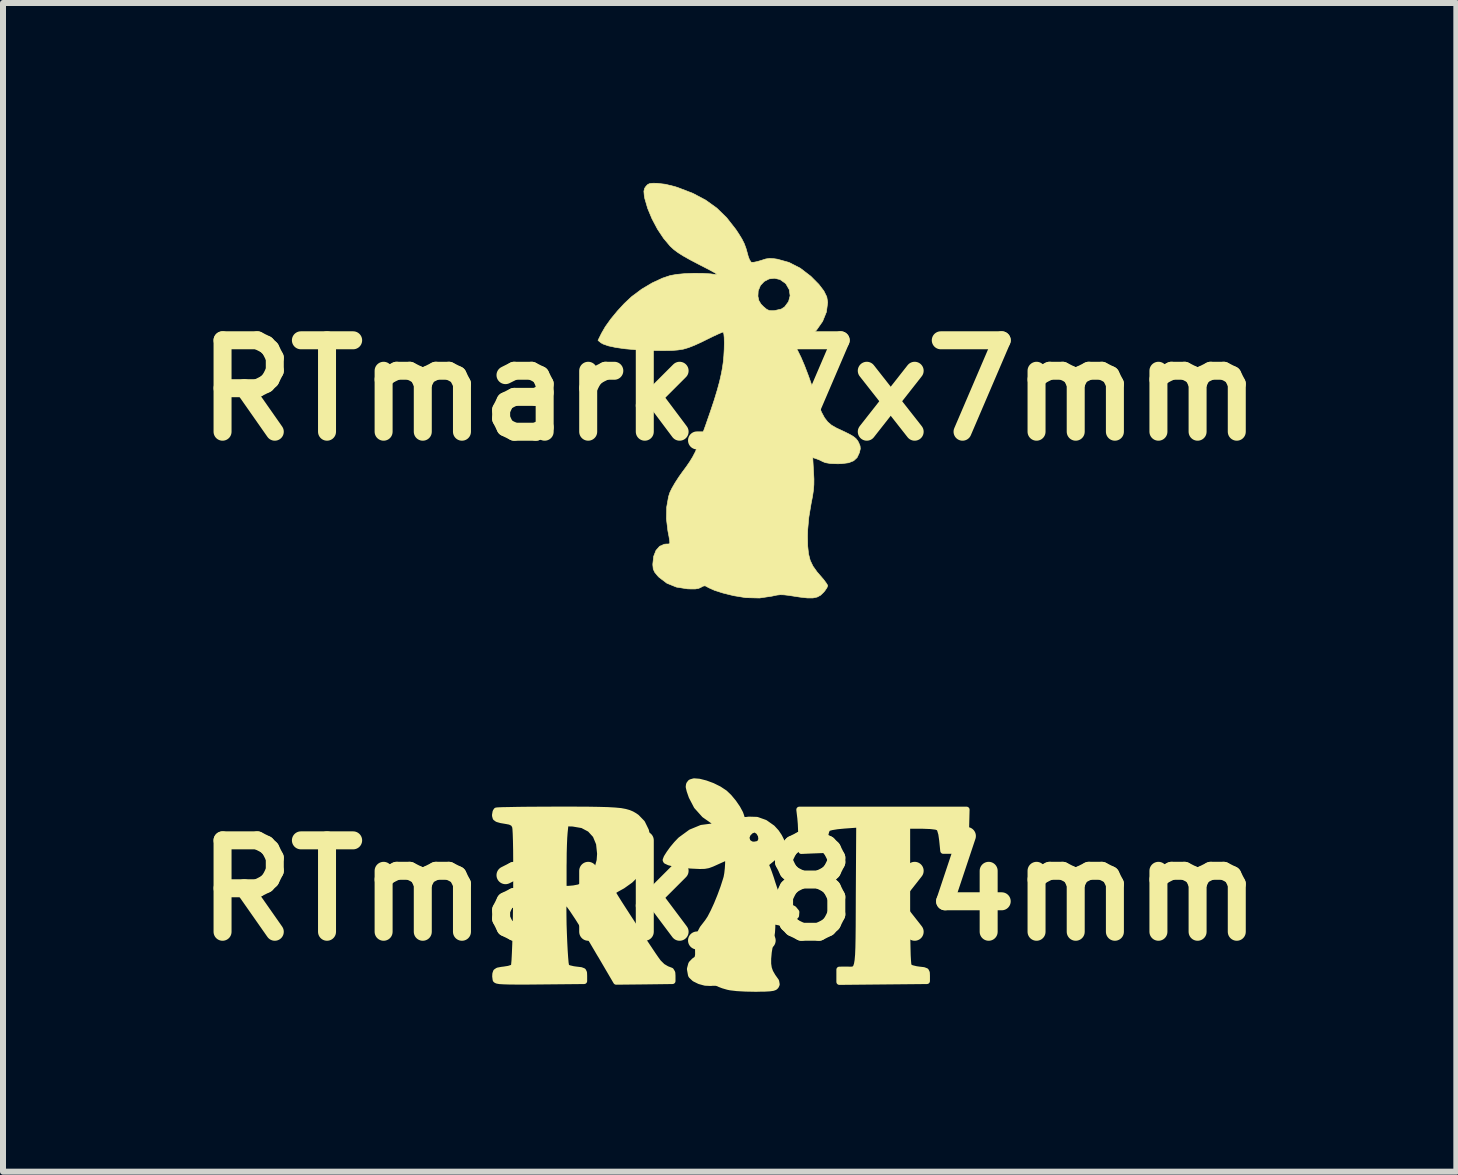
<source format=kicad_pcb>
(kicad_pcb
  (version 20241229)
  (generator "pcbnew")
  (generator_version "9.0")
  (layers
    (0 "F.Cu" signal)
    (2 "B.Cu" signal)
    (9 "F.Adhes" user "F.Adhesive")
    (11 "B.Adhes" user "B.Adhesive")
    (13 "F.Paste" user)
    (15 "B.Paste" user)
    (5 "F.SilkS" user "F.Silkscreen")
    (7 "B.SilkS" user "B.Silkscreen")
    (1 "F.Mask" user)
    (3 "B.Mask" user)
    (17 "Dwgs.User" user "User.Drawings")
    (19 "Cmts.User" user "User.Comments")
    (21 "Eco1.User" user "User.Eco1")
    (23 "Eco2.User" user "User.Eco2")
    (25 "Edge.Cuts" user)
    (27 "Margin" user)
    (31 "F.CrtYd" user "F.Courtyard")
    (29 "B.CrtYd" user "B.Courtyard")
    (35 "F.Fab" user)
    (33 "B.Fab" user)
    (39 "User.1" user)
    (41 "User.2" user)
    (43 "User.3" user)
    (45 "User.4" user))
  (footprint "RTmark_7x7mm"
    (layer "F.Cu")
    (at 9.115 3.458)
    (property "Reference" "RTmark_7x7mm" (at 0 0 0) (layer "F.SilkS") (effects (font (size 1.524 1.524) (thickness 0.3))))
    (attr through_hole)
    (fp_poly (pts (xy -1.208 -3.452) (xy -1.072 -3.436) (xy -0.913 -3.397) (xy -0.864 -3.381) (xy -0.614 -3.285) (xy -0.4 -3.172) (xy -0.214 -3.038) (xy -0.049 -2.877) (xy 0.102 -2.684) (xy 0.151 -2.61) (xy 0.204 -2.524) (xy 0.242 -2.449) (xy 0.272 -2.369) (xy 0.301 -2.266) (xy 0.308 -2.239) (xy 0.33 -2.179) (xy 0.356 -2.14) (xy 0.364 -2.135) (xy 0.401 -2.135) (xy 0.464 -2.148) (xy 0.524 -2.166) (xy 0.603 -2.191) (xy 0.667 -2.2) (xy 0.739 -2.195) (xy 0.795 -2.187) (xy 0.989 -2.133) (xy 1.177 -2.037) (xy 1.353 -1.902) (xy 1.363 -1.892) (xy 1.486 -1.768) (xy 1.57 -1.658) (xy 1.619 -1.559) (xy 1.634 -1.468) (xy 1.613 -1.307) (xy 1.55 -1.151) (xy 1.448 -1.005) (xy 1.31 -0.874) (xy 1.281 -0.852) (xy 1.213 -0.803) (xy 1.156 -0.765) (xy 1.123 -0.746) (xy 1.121 -0.745) (xy 1.109 -0.727) (xy 1.122 -0.686) (xy 1.141 -0.649) (xy 1.19 -0.549) (xy 1.249 -0.411) (xy 1.315 -0.238) (xy 1.386 -0.036) (xy 1.426 0.084) (xy 1.481 0.242) (xy 1.531 0.364) (xy 1.581 0.457) (xy 1.634 0.526) (xy 1.697 0.58) (xy 1.773 0.624) (xy 1.806 0.64) (xy 1.924 0.695) (xy 2.009 0.738) (xy 2.067 0.773) (xy 2.107 0.806) (xy 2.134 0.84) (xy 2.15 0.869) (xy 2.174 0.927) (xy 2.178 0.975) (xy 2.163 1.037) (xy 2.161 1.043) (xy 2.124 1.121) (xy 2.067 1.174) (xy 1.984 1.207) (xy 1.868 1.222) (xy 1.802 1.224) (xy 1.683 1.22) (xy 1.598 1.206) (xy 1.557 1.19) (xy 1.494 1.159) (xy 1.438 1.138) (xy 1.385 1.121) (xy 1.399 1.366) (xy 1.405 1.479) (xy 1.404 1.572) (xy 1.397 1.662) (xy 1.382 1.764) (xy 1.357 1.893) (xy 1.32 2.115) (xy 1.301 2.323) (xy 1.298 2.431) (xy 1.301 2.595) (xy 1.315 2.727) (xy 1.343 2.836) (xy 1.389 2.932) (xy 1.456 3.026) (xy 1.505 3.083) (xy 1.564 3.151) (xy 1.608 3.21) (xy 1.632 3.249) (xy 1.634 3.257) (xy 1.621 3.292) (xy 1.586 3.343) (xy 1.566 3.367) (xy 1.516 3.415) (xy 1.459 3.446) (xy 1.389 3.461) (xy 1.295 3.461) (xy 1.172 3.447) (xy 1.093 3.435) (xy 0.983 3.418) (xy 0.905 3.409) (xy 0.844 3.407) (xy 0.789 3.413) (xy 0.727 3.426) (xy 0.705 3.431) (xy 0.497 3.462) (xy 0.268 3.456) (xy 0.066 3.423) (xy -0.112 3.379) (xy -0.253 3.334) (xy -0.353 3.289) (xy -0.37 3.279) (xy -0.41 3.258) (xy -0.446 3.265) (xy -0.475 3.282) (xy -0.516 3.301) (xy -0.572 3.311) (xy -0.653 3.311) (xy -0.705 3.309) (xy -0.888 3.28) (xy -1.046 3.216) (xy -1.177 3.117) (xy -1.202 3.091) (xy -1.25 3.032) (xy -1.274 2.979) (xy -1.281 2.912) (xy -1.281 2.893) (xy -1.267 2.767) (xy -1.228 2.668) (xy -1.167 2.599) (xy -1.088 2.565) (xy -1.055 2.562) (xy -1.025 2.562) (xy -1.006 2.558) (xy -0.998 2.54) (xy -1.001 2.502) (xy -1.012 2.436) (xy -1.03 2.343) (xy -1.054 2.142) (xy -1.05 1.947) (xy -1.019 1.772) (xy -0.996 1.701) (xy -0.963 1.633) (xy -0.911 1.543) (xy -0.847 1.444) (xy -0.794 1.369) (xy -0.723 1.273) (xy -0.666 1.19) (xy -0.618 1.112) (xy -0.575 1.03) (xy -0.534 0.936) (xy -0.489 0.822) (xy -0.436 0.679) (xy -0.4 0.58) (xy -0.322 0.355) (xy -0.258 0.163) (xy -0.208 -0.002) (xy -0.168 -0.148) (xy -0.138 -0.281) (xy -0.121 -0.373) (xy -0.107 -0.47) (xy -0.097 -0.578) (xy -0.091 -0.687) (xy -0.089 -0.79) (xy -0.091 -0.878) (xy -0.097 -0.941) (xy -0.108 -0.971) (xy -0.111 -0.972) (xy -0.139 -0.962) (xy -0.197 -0.937) (xy -0.275 -0.901) (xy -0.326 -0.876) (xy -0.472 -0.804) (xy -0.588 -0.751) (xy -0.685 -0.713) (xy -0.773 -0.687) (xy -0.863 -0.673) (xy -0.963 -0.665) (xy -1.084 -0.663) (xy -1.141 -0.663) (xy -1.359 -0.666) (xy -1.561 -0.677) (xy -1.743 -0.693) (xy -1.898 -0.715) (xy -2.023 -0.742) (xy -2.111 -0.773) (xy -2.146 -0.793) (xy -2.195 -0.833) (xy -2.136 -0.952) (xy -2.072 -1.063) (xy -1.981 -1.19) (xy -1.873 -1.321) (xy -1.758 -1.446) (xy -1.644 -1.553) (xy -1.628 -1.567) (xy -1.625 -1.569) (xy 0.471 -1.569) (xy 0.487 -1.496) (xy 0.522 -1.438) (xy 0.564 -1.395) (xy 0.618 -1.35) (xy 0.663 -1.33) (xy 0.72 -1.328) (xy 0.754 -1.331) (xy 0.86 -1.355) (xy 0.917 -1.392) (xy 0.982 -1.48) (xy 1.008 -1.578) (xy 0.994 -1.678) (xy 0.941 -1.771) (xy 0.925 -1.788) (xy 0.839 -1.848) (xy 0.747 -1.869) (xy 0.657 -1.858) (xy 0.576 -1.816) (xy 0.513 -1.749) (xy 0.476 -1.659) (xy 0.471 -1.569) (xy -1.625 -1.569) (xy -1.467 -1.687) (xy -1.292 -1.791) (xy -1.117 -1.872) (xy -0.991 -1.914) (xy -0.884 -1.933) (xy -0.749 -1.946) (xy -0.599 -1.952) (xy -0.45 -1.951) (xy -0.315 -1.942) (xy -0.287 -1.938) (xy -0.246 -1.933) (xy -0.222 -1.933) (xy -0.22 -1.94) (xy -0.243 -1.957) (xy -0.294 -1.986) (xy -0.377 -2.03) (xy -0.496 -2.091) (xy -0.519 -2.103) (xy -0.662 -2.178) (xy -0.772 -2.24) (xy -0.858 -2.294) (xy -0.926 -2.344) (xy -0.984 -2.397) (xy -0.994 -2.407) (xy -1.101 -2.534) (xy -1.204 -2.689) (xy -1.295 -2.861) (xy -1.367 -3.034) (xy -1.415 -3.198) (xy -1.424 -3.249) (xy -1.43 -3.32) (xy -1.418 -3.369) (xy -1.395 -3.402) (xy -1.366 -3.432) (xy -1.332 -3.448) (xy -1.278 -3.453) (xy -1.208 -3.452)) (stroke (width 0.01) (type solid)) (fill yes) (layer "F.SilkS")))
  (footprint "RTmark_8x4mm"
    (layer "F.Cu")
    (at 9.115 11.795)
    (property "Reference" "RTmark_8x4mm" (at 0 0 0) (layer "F.SilkS") (effects (font (size 1.524 1.524) (thickness 0.3))))
    (attr through_hole)
    (fp_poly (pts (xy 3.95 -1.346) (xy 3.942 -1.035) (xy 3.939 -0.912) (xy 3.934 -0.807) (xy 3.929 -0.73) (xy 3.924 -0.692) (xy 3.924 -0.692) (xy 3.892 -0.672) (xy 3.811 -0.662) (xy 3.737 -0.66) (xy 3.561 -0.66) (xy 3.543 -0.837) (xy 3.528 -0.942) (xy 3.506 -1.016) (xy 3.488 -1.045) (xy 3.441 -1.062) (xy 3.35 -1.073) (xy 3.22 -1.078) (xy 3.205 -1.078) (xy 2.959 -1.079) (xy 2.959 0.081) (xy 2.959 0.368) (xy 2.96 0.608) (xy 2.962 0.804) (xy 2.965 0.96) (xy 2.968 1.081) (xy 2.973 1.169) (xy 2.978 1.228) (xy 2.985 1.263) (xy 2.991 1.274) (xy 3.034 1.295) (xy 3.108 1.313) (xy 3.157 1.32) (xy 3.234 1.329) (xy 3.273 1.344) (xy 3.287 1.372) (xy 3.289 1.422) (xy 3.289 1.511) (xy 2.559 1.518) (xy 1.829 1.525) (xy 1.829 1.423) (xy 1.829 1.321) (xy 1.949 1.32) (xy 1.994 1.321) (xy 2.032 1.321) (xy 2.063 1.317) (xy 2.088 1.303) (xy 2.107 1.276) (xy 2.122 1.231) (xy 2.133 1.165) (xy 2.141 1.073) (xy 2.146 0.95) (xy 2.149 0.794) (xy 2.151 0.599) (xy 2.152 0.362) (xy 2.153 0.086) (xy 2.16 -1.099) (xy 1.912 -1.081) (xy 1.796 -1.07) (xy 1.703 -1.055) (xy 1.643 -1.039) (xy 1.631 -1.031) (xy 1.611 -0.991) (xy 1.592 -0.916) (xy 1.58 -0.836) (xy 1.562 -0.673) (xy 1.378 -0.666) (xy 1.194 -0.658) (xy 1.194 -0.869) (xy 1.191 -0.989) (xy 1.186 -1.109) (xy 1.178 -1.205) (xy 1.177 -1.213) (xy 1.161 -1.346) (xy 2.556 -1.346) (xy 3.95 -1.346)) (stroke (width 0.1) (type solid)) (fill yes) (layer "F.SilkS"))
    (fp_poly (pts (xy -0.953 1.511) (xy -1.422 1.517) (xy -1.892 1.522) (xy -2.146 1.088) (xy -2.16 1.066) (xy -2.16 -0.611) (xy -2.178 -0.781) (xy -2.235 -0.919) (xy -2.328 -1.021) (xy -2.454 -1.088) (xy -2.613 -1.115) (xy -2.632 -1.116) (xy -2.736 -1.118) (xy -2.752 -0.961) (xy -2.758 -0.879) (xy -2.763 -0.76) (xy -2.767 -0.618) (xy -2.768 -0.467) (xy -2.769 -0.415) (xy -2.769 -0.025) (xy -2.686 -0.026) (xy -2.603 -0.033) (xy -2.514 -0.05) (xy -2.509 -0.052) (xy -2.387 -0.111) (xy -2.286 -0.21) (xy -2.211 -0.342) (xy -2.168 -0.498) (xy -2.16 -0.611) (xy -2.16 1.066) (xy -2.295 0.837) (xy -2.424 0.624) (xy -2.534 0.449) (xy -2.624 0.314) (xy -2.692 0.22) (xy -2.738 0.168) (xy -2.762 0.16) (xy -2.764 0.165) (xy -2.769 0.219) (xy -2.772 0.309) (xy -2.771 0.428) (xy -2.769 0.565) (xy -2.764 0.712) (xy -2.758 0.859) (xy -2.751 0.997) (xy -2.743 1.117) (xy -2.735 1.209) (xy -2.726 1.265) (xy -2.721 1.277) (xy -2.68 1.296) (xy -2.608 1.313) (xy -2.558 1.32) (xy -2.481 1.329) (xy -2.442 1.344) (xy -2.428 1.372) (xy -2.426 1.422) (xy -2.426 1.511) (xy -3.157 1.518) (xy -3.373 1.52) (xy -3.543 1.52) (xy -3.673 1.519) (xy -3.768 1.516) (xy -3.834 1.512) (xy -3.874 1.505) (xy -3.895 1.496) (xy -3.902 1.488) (xy -3.909 1.434) (xy -3.907 1.392) (xy -3.895 1.357) (xy -3.864 1.336) (xy -3.8 1.324) (xy -3.766 1.32) (xy -3.684 1.307) (xy -3.621 1.287) (xy -3.601 1.274) (xy -3.594 1.242) (xy -3.587 1.166) (xy -3.581 1.051) (xy -3.575 0.904) (xy -3.57 0.732) (xy -3.566 0.54) (xy -3.563 0.335) (xy -3.56 0.122) (xy -3.559 -0.09) (xy -3.558 -0.298) (xy -3.559 -0.493) (xy -3.56 -0.671) (xy -3.563 -0.824) (xy -3.567 -0.946) (xy -3.572 -1.031) (xy -3.579 -1.073) (xy -3.608 -1.119) (xy -3.662 -1.145) (xy -3.713 -1.155) (xy -3.813 -1.172) (xy -3.872 -1.189) (xy -3.902 -1.211) (xy -3.911 -1.243) (xy -3.912 -1.258) (xy -3.903 -1.31) (xy -3.889 -1.332) (xy -3.86 -1.335) (xy -3.785 -1.338) (xy -3.67 -1.34) (xy -3.522 -1.343) (xy -3.345 -1.345) (xy -3.145 -1.346) (xy -2.928 -1.347) (xy -2.867 -1.347) (xy -2.595 -1.347) (xy -2.368 -1.346) (xy -2.183 -1.343) (xy -2.032 -1.339) (xy -1.912 -1.332) (xy -1.817 -1.323) (xy -1.742 -1.309) (xy -1.682 -1.292) (xy -1.632 -1.271) (xy -1.587 -1.245) (xy -1.551 -1.22) (xy -1.459 -1.125) (xy -1.396 -0.996) (xy -1.364 -0.843) (xy -1.365 -0.675) (xy -1.395 -0.525) (xy -1.449 -0.406) (xy -1.541 -0.283) (xy -1.657 -0.169) (xy -1.786 -0.077) (xy -1.815 -0.061) (xy -1.889 -0.02) (xy -1.939 0.012) (xy -1.956 0.027) (xy -1.942 0.052) (xy -1.905 0.113) (xy -1.849 0.203) (xy -1.777 0.315) (xy -1.695 0.442) (xy -1.606 0.578) (xy -1.516 0.716) (xy -1.428 0.849) (xy -1.347 0.971) (xy -1.278 1.074) (xy -1.224 1.152) (xy -1.19 1.198) (xy -1.189 1.2) (xy -1.12 1.268) (xy -1.047 1.311) (xy -1.033 1.316) (xy -0.978 1.337) (xy -0.956 1.374) (xy -0.953 1.424) (xy -0.953 1.511)) (stroke (width 0.1) (type solid)) (fill yes) (layer "F.SilkS"))
    (fp_poly (pts (xy 1.112 0.361) (xy 1.107 0.42) (xy 1.053 0.481) (xy 1.033 0.495) (xy 0.937 0.531) (xy 0.824 0.533) (xy 0.768 0.521) (xy 0.733 0.513) (xy 0.716 0.53) (xy 0.711 0.581) (xy 0.711 0.613) (xy 0.706 0.695) (xy 0.691 0.802) (xy 0.671 0.913) (xy 0.671 0.914) (xy 0.652 1.027) (xy 0.642 1.138) (xy 0.642 1.224) (xy 0.642 1.224) (xy 0.653 1.297) (xy 0.676 1.362) (xy 0.718 1.435) (xy 0.775 1.515) (xy 0.784 1.566) (xy 0.772 1.594) (xy 0.754 1.613) (xy 0.722 1.625) (xy 0.667 1.633) (xy 0.581 1.638) (xy 0.529 1.638) (xy 0.529 -0.849) (xy 0.521 -0.917) (xy 0.486 -0.978) (xy 0.433 -1.013) (xy 0.411 -1.016) (xy 0.352 -0.994) (xy 0.302 -0.943) (xy 0.279 -0.88) (xy 0.279 -0.877) (xy 0.3 -0.807) (xy 0.358 -0.768) (xy 0.406 -0.762) (xy 0.468 -0.773) (xy 0.503 -0.792) (xy 0.529 -0.849) (xy 0.529 1.638) (xy 0.455 1.64) (xy 0.423 1.64) (xy 0.265 1.637) (xy 0.123 1.629) (xy 0.012 1.616) (xy -0.031 1.607) (xy -0.11 1.584) (xy -0.167 1.562) (xy -0.186 1.552) (xy -0.222 1.541) (xy -0.288 1.54) (xy -0.315 1.543) (xy -0.407 1.539) (xy -0.502 1.513) (xy -0.585 1.472) (xy -0.638 1.422) (xy -0.645 1.409) (xy -0.663 1.31) (xy -0.64 1.225) (xy -0.591 1.174) (xy -0.553 1.148) (xy -0.533 1.117) (xy -0.526 1.067) (xy -0.527 0.985) (xy -0.528 0.96) (xy -0.526 0.835) (xy -0.503 0.732) (xy -0.452 0.635) (xy -0.368 0.526) (xy -0.325 0.461) (xy -0.272 0.359) (xy -0.214 0.233) (xy -0.157 0.093) (xy -0.105 -0.048) (xy -0.063 -0.179) (xy -0.052 -0.216) (xy -0.04 -0.282) (xy -0.031 -0.364) (xy -0.026 -0.447) (xy -0.025 -0.516) (xy -0.031 -0.555) (xy -0.035 -0.559) (xy -0.061 -0.549) (xy -0.121 -0.522) (xy -0.203 -0.485) (xy -0.216 -0.479) (xy -0.296 -0.443) (xy -0.359 -0.42) (xy -0.42 -0.409) (xy -0.496 -0.407) (xy -0.602 -0.412) (xy -0.644 -0.414) (xy -0.794 -0.427) (xy -0.918 -0.445) (xy -1.008 -0.467) (xy -1.059 -0.491) (xy -1.067 -0.506) (xy -1.051 -0.548) (xy -1.009 -0.615) (xy -0.952 -0.694) (xy -0.886 -0.773) (xy -0.823 -0.839) (xy -0.814 -0.847) (xy -0.647 -0.969) (xy -0.47 -1.042) (xy -0.281 -1.067) (xy -0.279 -1.067) (xy -0.114 -1.068) (xy -0.254 -1.143) (xy -0.42 -1.259) (xy -0.55 -1.404) (xy -0.634 -1.565) (xy -0.668 -1.663) (xy -0.683 -1.727) (xy -0.677 -1.768) (xy -0.654 -1.798) (xy -0.648 -1.803) (xy -0.594 -1.819) (xy -0.508 -1.812) (xy -0.402 -1.785) (xy -0.288 -1.743) (xy -0.177 -1.688) (xy -0.082 -1.625) (xy -0.011 -1.557) (xy 0.063 -1.468) (xy 0.129 -1.372) (xy 0.176 -1.285) (xy 0.191 -1.242) (xy 0.205 -1.194) (xy 0.228 -1.174) (xy 0.276 -1.174) (xy 0.319 -1.18) (xy 0.454 -1.176) (xy 0.589 -1.128) (xy 0.711 -1.042) (xy 0.777 -0.97) (xy 0.825 -0.898) (xy 0.857 -0.835) (xy 0.864 -0.807) (xy 0.843 -0.717) (xy 0.79 -0.62) (xy 0.714 -0.534) (xy 0.684 -0.509) (xy 0.624 -0.46) (xy 0.606 -0.423) (xy 0.612 -0.404) (xy 0.629 -0.366) (xy 0.657 -0.291) (xy 0.691 -0.192) (xy 0.713 -0.121) (xy 0.759 0.016) (xy 0.8 0.113) (xy 0.842 0.179) (xy 0.891 0.223) (xy 0.953 0.254) (xy 0.976 0.262) (xy 1.068 0.307) (xy 1.112 0.361)) (stroke (width 0.1) (type solid)) (fill yes) (layer "F.SilkS")))
  (gr_rect
    (start -3 -3)
    (end 21.23 16.484)
    (stroke (width 0.1) (type default))
    (fill no)
    (layer "Edge.Cuts")))
</source>
